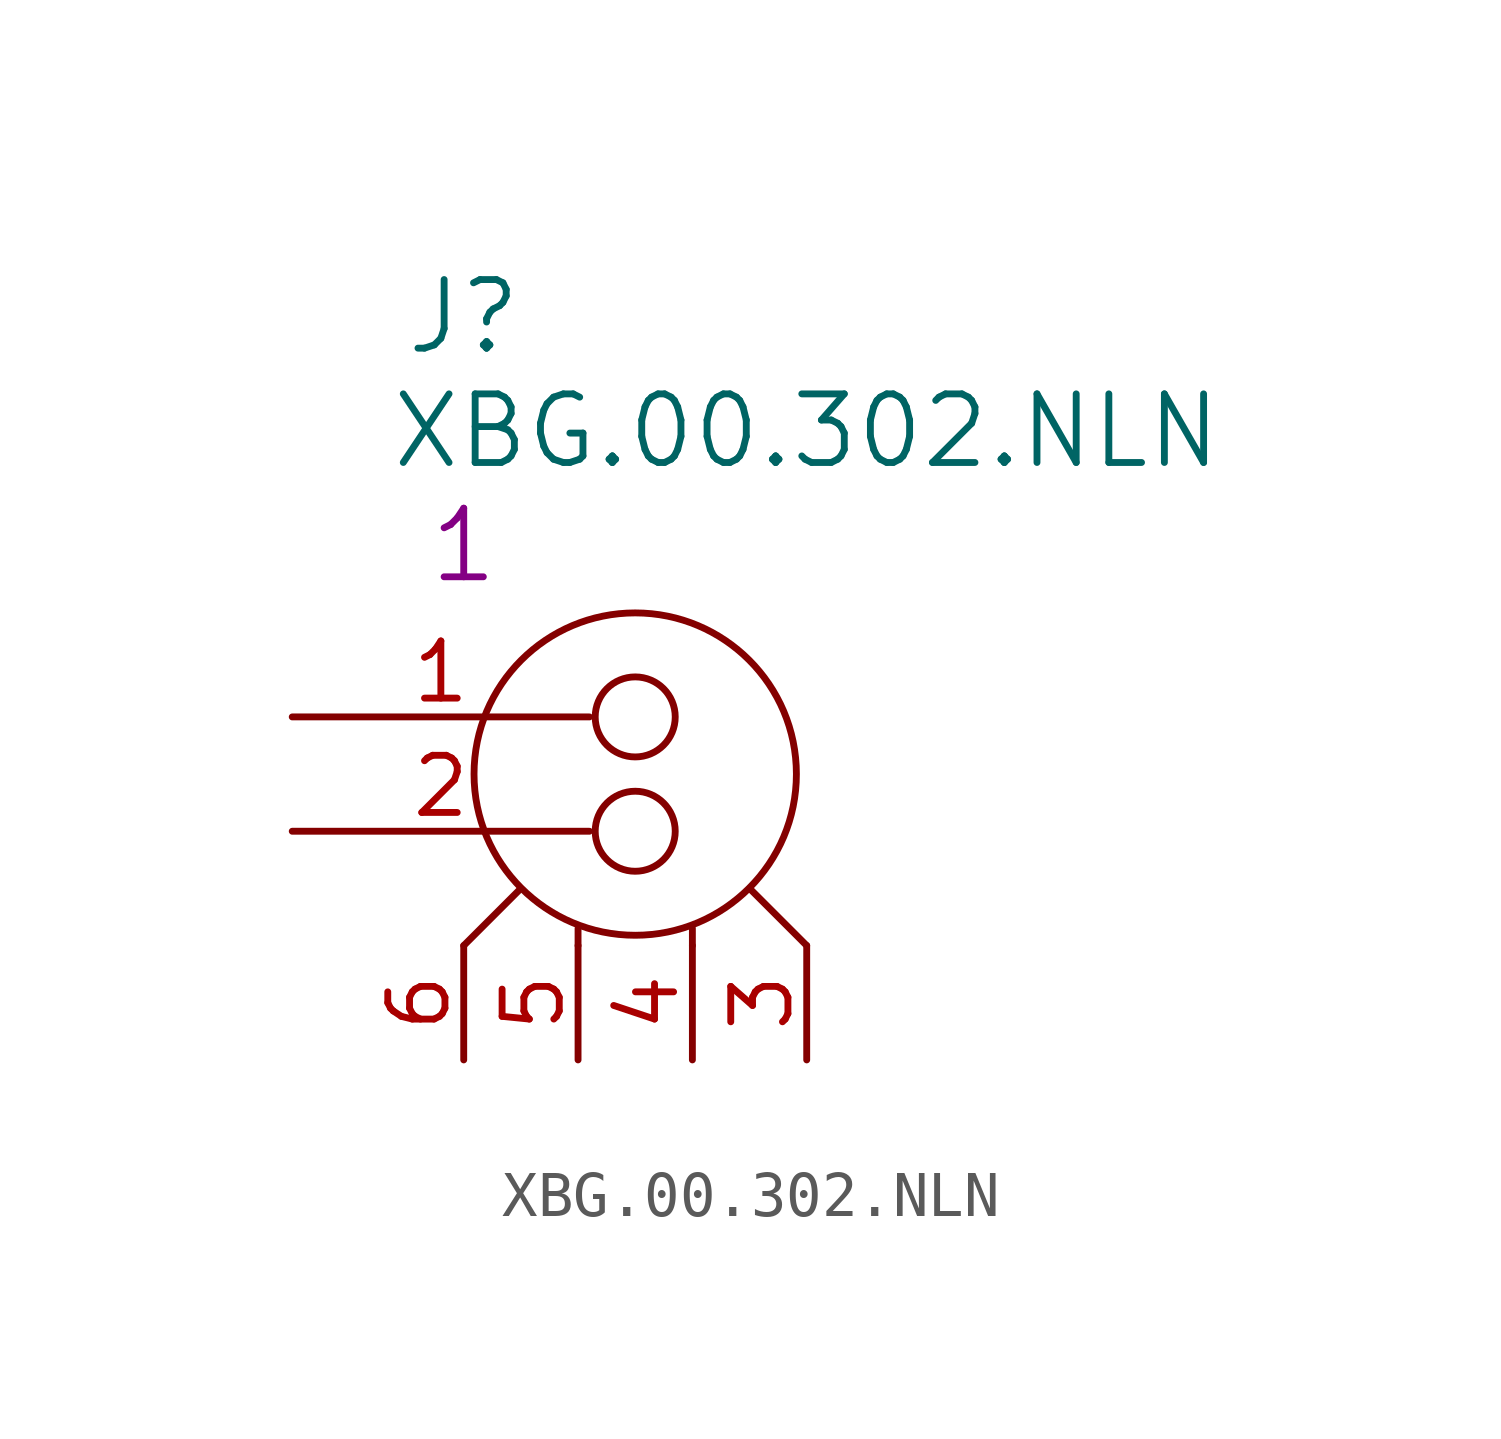
<source format=kicad_sym>
(kicad_symbol_lib
  (version 20211014)
  (generator kicad_symbol_editor)
  (symbol "XBG.00.302.NLN"
    (pin_names
      (offset 1.27) hide)
    (property "Reference" "J"
      (at 3.81 8.89 0)
      (effects (font (size 1.524 1.524))))
    (property "Value" "XBG.00.302.NLN"
      (at 11.43 6.35 0)
      (effects (font (size 1.524 1.524))))
    (property "Qty" "1"
      (at 3.81 3.81 0)
      (effects (font (size 1.524 1.524))))
    (symbol "XBG.00.302.NLN_0_1"
      (polyline (pts (xy 3.81 -5.08) (xy 5.08 -3.81)) (stroke (width 0) (type default) (color 0 0 0 0)) (fill (type none)))
      (polyline (pts (xy 6.35 -5.08) (xy 6.35 -4.699)) (stroke (width 0) (type default) (color 0 0 0 0)) (fill (type none)))
      (polyline (pts (xy 8.89 -5.08) (xy 8.89 -4.699)) (stroke (width 0) (type default) (color 0 0 0 0)) (fill (type none)))
      (polyline (pts (xy 11.43 -5.08) (xy 10.16 -3.81)) (stroke (width 0) (type default) (color 0 0 0 0)) (fill (type none)))
      (circle (center 7.62 -2.54) (radius 0.889) (stroke (width 0) (type default) (color 0 0 0 0)) (fill (type none)))
      (circle (center 7.62 -1.27) (radius 3.581) (stroke (width 0) (type default) (color 0 0 0 0)) (fill (type none)))
      (circle (center 7.62 0) (radius 0.889) (stroke (width 0) (type default) (color 0 0 0 0)) (fill (type none))))
    (symbol "XBG.00.302.NLN_1_1"
      (pin passive line (at 0 0 0) (length 6.604) (name "P" (effects (font (size 1.27 1.27)))) (number "1" (effects (font (size 1.27 1.27)))))
      (pin passive line (at 0 -2.54 0) (length 6.604) (name "N" (effects (font (size 1.27 1.27)))) (number "2" (effects (font (size 1.27 1.27)))))
      (pin passive line (at 11.43 -7.62 90) (length 2.54) (name "GND0" (effects (font (size 1.27 1.27)))) (number "3" (effects (font (size 1.27 1.27)))))
      (pin passive line (at 8.89 -7.62 90) (length 2.54) (name "GND1" (effects (font (size 1.27 1.27)))) (number "4" (effects (font (size 1.27 1.27)))))
      (pin passive line (at 6.35 -7.62 90) (length 2.54) (name "GND2" (effects (font (size 1.27 1.27)))) (number "5" (effects (font (size 1.27 1.27)))))
      (pin passive line (at 3.81 -7.62 90) (length 2.54) (name "GND3" (effects (font (size 1.27 1.27)))) (number "6" (effects (font (size 1.27 1.27))))))))
</source>
